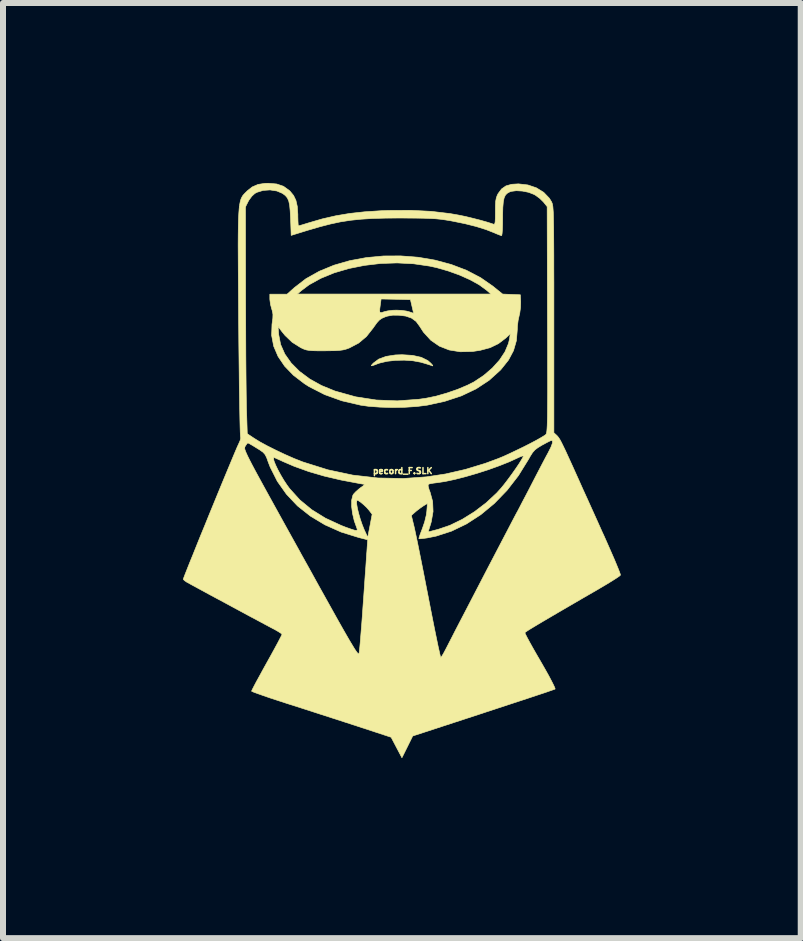
<source format=kicad_pcb>
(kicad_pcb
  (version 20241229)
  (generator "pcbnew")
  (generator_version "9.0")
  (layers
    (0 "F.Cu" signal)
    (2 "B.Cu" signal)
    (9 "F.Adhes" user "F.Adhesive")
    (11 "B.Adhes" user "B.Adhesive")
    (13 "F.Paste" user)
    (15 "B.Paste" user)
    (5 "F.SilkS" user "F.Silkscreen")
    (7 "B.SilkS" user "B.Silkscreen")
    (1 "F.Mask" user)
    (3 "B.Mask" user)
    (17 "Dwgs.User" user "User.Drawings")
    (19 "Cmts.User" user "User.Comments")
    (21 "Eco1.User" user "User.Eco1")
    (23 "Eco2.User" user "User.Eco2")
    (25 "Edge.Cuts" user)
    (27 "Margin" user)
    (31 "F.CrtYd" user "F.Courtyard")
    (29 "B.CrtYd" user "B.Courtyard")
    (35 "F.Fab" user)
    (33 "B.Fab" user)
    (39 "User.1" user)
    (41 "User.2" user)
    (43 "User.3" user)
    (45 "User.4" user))
  (footprint "pecord_F.SLK"
    (layer "F.Cu")
    (at 3.663 4.8)
    (property "Reference" "pecord_F.SLK" (at 0 0 0) (layer "F.SilkS") (effects (font (size 0.1 0.1) (thickness 0.025))))
    (attr board_only exclude_from_pos_files exclude_from_bom)
    (fp_poly (pts (xy 0.165 -1.926) (xy 0.308 -1.894) (xy 0.418 -1.84) (xy 0.469 -1.795) (xy 0.499 -1.761) (xy 0.501 -1.75) (xy 0.478 -1.758) (xy 0.438 -1.771) (xy 0.373 -1.791) (xy 0.297 -1.813) (xy 0.295 -1.813) (xy 0.171 -1.836) (xy 0.028 -1.846) (xy -0.121 -1.843) (xy -0.262 -1.827) (xy -0.381 -1.799) (xy -0.406 -1.791) (xy -0.477 -1.764) (xy -0.515 -1.752) (xy -0.524 -1.755) (xy -0.51 -1.775) (xy -0.488 -1.798) (xy -0.399 -1.864) (xy -0.277 -1.909) (xy -0.123 -1.933) (xy -0.01 -1.937) (xy 0.165 -1.926)) (stroke (width 0.01) (type solid)) (fill yes) (layer "F.SilkS"))
    (fp_poly (pts (xy 0.256 -3.562) (xy 0.538 -3.514) (xy 0.809 -3.441) (xy 1.064 -3.344) (xy 1.299 -3.221) (xy 1.502 -3.08) (xy 1.665 -2.948) (xy 1.813 -2.942) (xy 1.961 -2.936) (xy 1.967 -2.818) (xy 1.964 -2.725) (xy 1.951 -2.629) (xy 1.942 -2.591) (xy 1.924 -2.508) (xy 1.912 -2.411) (xy 1.91 -2.353) (xy 1.895 -2.171) (xy 1.847 -2.005) (xy 1.764 -1.849) (xy 1.643 -1.697) (xy 1.627 -1.679) (xy 1.44 -1.51) (xy 1.224 -1.368) (xy 0.978 -1.251) (xy 0.701 -1.16) (xy 0.409 -1.096) (xy 0.236 -1.074) (xy 0.039 -1.061) (xy -0.17 -1.057) (xy -0.377 -1.063) (xy -0.568 -1.077) (xy -0.702 -1.096) (xy -1.015 -1.169) (xy -1.301 -1.272) (xy -1.561 -1.405) (xy -1.638 -1.454) (xy -1.821 -1.594) (xy -1.968 -1.746) (xy -2.078 -1.909) (xy -2.151 -2.08) (xy -2.185 -2.259) (xy -2.18 -2.408) (xy -2.078 -2.408) (xy -2.067 -2.272) (xy -2.035 -2.107) (xy -1.965 -1.948) (xy -1.859 -1.798) (xy -1.72 -1.659) (xy -1.551 -1.533) (xy -1.355 -1.424) (xy -1.133 -1.333) (xy -1.121 -1.329) (xy -0.783 -1.235) (xy -0.44 -1.182) (xy -0.09 -1.168) (xy 0.267 -1.194) (xy 0.386 -1.211) (xy 0.556 -1.246) (xy 0.737 -1.298) (xy 0.917 -1.36) (xy 1.08 -1.429) (xy 1.189 -1.484) (xy 1.351 -1.592) (xy 1.494 -1.715) (xy 1.614 -1.848) (xy 1.705 -1.986) (xy 1.763 -2.124) (xy 1.78 -2.196) (xy 1.793 -2.286) (xy 1.715 -2.212) (xy 1.595 -2.121) (xy 1.456 -2.054) (xy 1.291 -2.01) (xy 1.165 -1.991) (xy 0.959 -1.986) (xy 0.774 -2.016) (xy 0.611 -2.08) (xy 0.468 -2.179) (xy 0.346 -2.313) (xy 0.284 -2.409) (xy 0.224 -2.491) (xy 0.148 -2.547) (xy 0.05 -2.581) (xy -0.061 -2.595) (xy -0.166 -2.596) (xy -0.255 -2.58) (xy -0.294 -2.567) (xy -0.349 -2.543) (xy -0.391 -2.513) (xy -0.432 -2.468) (xy -0.482 -2.398) (xy -0.493 -2.382) (xy -0.605 -2.24) (xy -0.735 -2.131) (xy -0.889 -2.05) (xy -0.894 -2.048) (xy -0.944 -2.03) (xy -0.995 -2.017) (xy -1.054 -2.009) (xy -1.131 -2.004) (xy -1.236 -2.003) (xy -1.3 -2.002) (xy -1.417 -2.002) (xy -1.501 -2.004) (xy -1.562 -2.009) (xy -1.608 -2.017) (xy -1.649 -2.031) (xy -1.692 -2.051) (xy -1.707 -2.059) (xy -1.843 -2.145) (xy -1.961 -2.258) (xy -2.017 -2.327) (xy -2.078 -2.408) (xy -2.18 -2.408) (xy -2.179 -2.443) (xy -2.177 -2.457) (xy -2.165 -2.545) (xy -2.163 -2.607) (xy -2.17 -2.653) (xy -0.384 -2.653) (xy -0.373 -2.637) (xy -0.346 -2.641) (xy -0.31 -2.653) (xy -0.248 -2.668) (xy -0.165 -2.678) (xy -0.102 -2.68) (xy -0.018 -2.676) (xy 0.061 -2.665) (xy 0.107 -2.653) (xy 0.154 -2.637) (xy 0.18 -2.629) (xy 0.182 -2.629) (xy 0.177 -2.648) (xy 0.166 -2.696) (xy 0.155 -2.743) (xy 0.129 -2.855) (xy -0.116 -2.861) (xy -0.36 -2.866) (xy -0.373 -2.771) (xy -0.383 -2.696) (xy -0.384 -2.653) (xy -2.17 -2.653) (xy -2.171 -2.659) (xy -2.184 -2.701) (xy -2.204 -2.776) (xy -2.214 -2.852) (xy -2.215 -2.868) (xy -2.215 -2.946) (xy -2.071 -2.946) (xy -1.927 -2.946) (xy -1.925 -2.948) (xy -1.758 -2.948) (xy 1.473 -2.948) (xy 1.392 -3.017) (xy 1.274 -3.103) (xy 1.124 -3.186) (xy 0.95 -3.264) (xy 0.762 -3.332) (xy 0.568 -3.388) (xy 0.449 -3.414) (xy 0.182 -3.453) (xy -0.092 -3.467) (xy -0.367 -3.458) (xy -0.637 -3.426) (xy -0.897 -3.374) (xy -1.142 -3.302) (xy -1.364 -3.211) (xy -1.56 -3.103) (xy -1.692 -3.004) (xy -1.758 -2.948) (xy -1.925 -2.948) (xy -1.808 -3.053) (xy -1.614 -3.203) (xy -1.391 -3.328) (xy -1.146 -3.429) (xy -0.882 -3.505) (xy -0.606 -3.556) (xy -0.32 -3.583) (xy -0.032 -3.584) (xy 0.256 -3.562)) (stroke (width 0.01) (type solid)) (fill yes) (layer "F.SilkS"))
    (fp_poly (pts (xy -2.1 -4.783) (xy -1.988 -4.745) (xy -1.892 -4.676) (xy -1.878 -4.663) (xy -1.819 -4.591) (xy -1.78 -4.509) (xy -1.757 -4.407) (xy -1.748 -4.277) (xy -1.748 -4.238) (xy -1.746 -4.165) (xy -1.743 -4.11) (xy -1.739 -4.085) (xy -1.738 -4.084) (xy -1.716 -4.09) (xy -1.665 -4.105) (xy -1.594 -4.127) (xy -1.571 -4.134) (xy -1.341 -4.201) (xy -1.115 -4.253) (xy -0.884 -4.292) (xy -0.638 -4.319) (xy -0.365 -4.337) (xy -0.234 -4.342) (xy 0.135 -4.344) (xy 0.474 -4.327) (xy 0.787 -4.29) (xy 0.93 -4.265) (xy 1.043 -4.242) (xy 1.166 -4.212) (xy 1.288 -4.181) (xy 1.398 -4.15) (xy 1.484 -4.123) (xy 1.509 -4.114) (xy 1.524 -4.111) (xy 1.535 -4.122) (xy 1.541 -4.152) (xy 1.544 -4.208) (xy 1.545 -4.297) (xy 1.545 -4.321) (xy 1.546 -4.424) (xy 1.55 -4.497) (xy 1.56 -4.549) (xy 1.575 -4.592) (xy 1.59 -4.622) (xy 1.648 -4.7) (xy 1.721 -4.751) (xy 1.816 -4.778) (xy 1.93 -4.785) (xy 2.086 -4.767) (xy 2.228 -4.719) (xy 2.35 -4.644) (xy 2.444 -4.546) (xy 2.481 -4.486) (xy 2.487 -4.472) (xy 2.493 -4.456) (xy 2.498 -4.434) (xy 2.503 -4.405) (xy 2.506 -4.366) (xy 2.51 -4.314) (xy 2.512 -4.247) (xy 2.514 -4.162) (xy 2.516 -4.056) (xy 2.517 -3.928) (xy 2.518 -3.775) (xy 2.519 -3.594) (xy 2.519 -3.382) (xy 2.52 -3.138) (xy 2.52 -2.858) (xy 2.52 -2.54) (xy 2.52 -2.524) (xy 2.52 -0.636) (xy 2.562 -0.598) (xy 2.581 -0.579) (xy 2.599 -0.556) (xy 2.62 -0.524) (xy 2.645 -0.478) (xy 2.676 -0.415) (xy 2.717 -0.33) (xy 2.768 -0.218) (xy 2.833 -0.076) (xy 2.876 0.02) (xy 2.933 0.146) (xy 3.002 0.301) (xy 3.081 0.474) (xy 3.164 0.658) (xy 3.248 0.844) (xy 3.328 1.023) (xy 3.352 1.074) (xy 3.419 1.225) (xy 3.48 1.364) (xy 3.534 1.488) (xy 3.577 1.592) (xy 3.609 1.671) (xy 3.627 1.721) (xy 3.63 1.737) (xy 3.61 1.755) (xy 3.56 1.789) (xy 3.486 1.836) (xy 3.393 1.893) (xy 3.286 1.956) (xy 3.258 1.973) (xy 3.012 2.115) (xy 2.799 2.239) (xy 2.617 2.345) (xy 2.465 2.434) (xy 2.339 2.508) (xy 2.238 2.568) (xy 2.16 2.615) (xy 2.103 2.65) (xy 2.065 2.675) (xy 2.044 2.69) (xy 2.037 2.697) (xy 2.045 2.719) (xy 2.071 2.771) (xy 2.113 2.849) (xy 2.167 2.946) (xy 2.232 3.06) (xy 2.296 3.17) (xy 2.37 3.299) (xy 2.434 3.413) (xy 2.484 3.508) (xy 2.52 3.58) (xy 2.539 3.624) (xy 2.54 3.637) (xy 2.518 3.645) (xy 2.46 3.665) (xy 2.371 3.696) (xy 2.253 3.735) (xy 2.109 3.783) (xy 1.945 3.837) (xy 1.762 3.897) (xy 1.564 3.962) (xy 1.354 4.031) (xy 1.343 4.035) (xy 0.167 4.419) (xy 0.077 4.601) (xy -0.013 4.782) (xy -0.103 4.611) (xy -0.193 4.44) (xy -0.762 4.253) (xy -0.944 4.194) (xy -1.151 4.127) (xy -1.371 4.056) (xy -1.59 3.985) (xy -1.795 3.919) (xy -1.925 3.878) (xy -2.072 3.83) (xy -2.207 3.786) (xy -2.323 3.746) (xy -2.416 3.713) (xy -2.482 3.689) (xy -2.516 3.674) (xy -2.519 3.671) (xy -2.51 3.649) (xy -2.483 3.596) (xy -2.442 3.518) (xy -2.388 3.42) (xy -2.326 3.306) (xy -2.266 3.198) (xy -2.197 3.074) (xy -2.135 2.961) (xy -2.083 2.865) (xy -2.044 2.79) (xy -2.019 2.742) (xy -2.012 2.725) (xy -2.028 2.708) (xy -2.073 2.679) (xy -2.137 2.642) (xy -2.159 2.631) (xy -2.216 2.601) (xy -2.3 2.556) (xy -2.406 2.499) (xy -2.53 2.433) (xy -2.665 2.36) (xy -2.808 2.283) (xy -2.952 2.205) (xy -3.094 2.129) (xy -3.228 2.057) (xy -3.349 1.991) (xy -3.452 1.935) (xy -3.533 1.891) (xy -3.585 1.862) (xy -3.602 1.853) (xy -3.64 1.826) (xy -3.658 1.806) (xy -3.658 1.805) (xy -3.65 1.782) (xy -3.629 1.726) (xy -3.595 1.64) (xy -3.551 1.529) (xy -3.497 1.397) (xy -3.437 1.247) (xy -3.371 1.083) (xy -3.3 0.911) (xy -3.228 0.733) (xy -3.154 0.553) (xy -3.082 0.377) (xy -3.012 0.207) (xy -2.946 0.048) (xy -2.886 -0.096) (xy -2.834 -0.221) (xy -2.791 -0.323) (xy -2.768 -0.377) (xy -2.634 -0.377) (xy -2.631 -0.358) (xy -2.622 -0.332) (xy -2.607 -0.296) (xy -2.585 -0.248) (xy -2.554 -0.186) (xy -2.514 -0.108) (xy -2.463 -0.012) (xy -2.4 0.104) (xy -2.324 0.243) (xy -2.234 0.407) (xy -2.129 0.597) (xy -2.008 0.816) (xy -1.869 1.067) (xy -1.712 1.35) (xy -1.7 1.373) (xy -1.54 1.66) (xy -1.4 1.914) (xy -1.276 2.136) (xy -1.169 2.328) (xy -1.077 2.493) (xy -0.999 2.631) (xy -0.933 2.746) (xy -0.879 2.839) (xy -0.835 2.912) (xy -0.801 2.968) (xy -0.775 3.007) (xy -0.756 3.032) (xy -0.743 3.046) (xy -0.734 3.049) (xy -0.729 3.044) (xy -0.727 3.039) (xy -0.723 3.005) (xy -0.715 2.935) (xy -0.706 2.835) (xy -0.696 2.709) (xy -0.684 2.563) (xy -0.672 2.403) (xy -0.662 2.256) (xy -0.649 2.079) (xy -0.637 1.906) (xy -0.626 1.744) (xy -0.615 1.599) (xy -0.607 1.477) (xy -0.601 1.386) (xy -0.597 1.341) (xy -0.584 1.148) (xy -0.734 1.11) (xy -1.027 1.019) (xy -1.296 0.899) (xy -1.539 0.753) (xy -1.754 0.583) (xy -1.938 0.388) (xy -2.09 0.173) (xy -2.209 -0.063) (xy -2.244 -0.154) (xy -2.263 -0.208) (xy -2.155 -0.208) (xy -2.145 -0.164) (xy -2.119 -0.099) (xy -2.081 -0.02) (xy -2.034 0.067) (xy -1.982 0.155) (xy -1.927 0.238) (xy -1.885 0.295) (xy -1.715 0.483) (xy -1.517 0.646) (xy -1.288 0.788) (xy -1.026 0.909) (xy -0.955 0.937) (xy -0.862 0.97) (xy -0.801 0.989) (xy -0.768 0.992) (xy -0.757 0.982) (xy -0.762 0.96) (xy -0.807 0.834) (xy -0.837 0.707) (xy -0.852 0.589) (xy -0.851 0.505) (xy -0.769 0.505) (xy -0.767 0.554) (xy -0.755 0.625) (xy -0.734 0.711) (xy -0.707 0.804) (xy -0.675 0.897) (xy -0.641 0.982) (xy -0.639 0.986) (xy -0.583 1.107) (xy -0.546 0.916) (xy -0.513 0.742) (xy 0.144 0.742) (xy 0.191 0.935) (xy 0.204 0.994) (xy 0.224 1.088) (xy 0.25 1.212) (xy 0.28 1.362) (xy 0.314 1.532) (xy 0.351 1.718) (xy 0.389 1.914) (xy 0.429 2.117) (xy 0.429 2.118) (xy 0.467 2.313) (xy 0.503 2.495) (xy 0.536 2.66) (xy 0.566 2.806) (xy 0.591 2.927) (xy 0.612 3.02) (xy 0.626 3.082) (xy 0.634 3.108) (xy 0.635 3.109) (xy 0.65 3.092) (xy 0.678 3.046) (xy 0.714 2.979) (xy 0.744 2.921) (xy 0.772 2.866) (xy 0.817 2.779) (xy 0.875 2.665) (xy 0.946 2.528) (xy 1.027 2.373) (xy 1.115 2.203) (xy 1.208 2.024) (xy 1.304 1.839) (xy 1.4 1.654) (xy 1.495 1.472) (xy 1.586 1.298) (xy 1.671 1.135) (xy 1.747 0.99) (xy 1.812 0.865) (xy 1.864 0.766) (xy 1.901 0.696) (xy 1.91 0.681) (xy 1.944 0.616) (xy 1.992 0.523) (xy 2.05 0.413) (xy 2.112 0.294) (xy 2.164 0.193) (xy 2.226 0.073) (xy 2.288 -0.046) (xy 2.345 -0.155) (xy 2.392 -0.244) (xy 2.421 -0.297) (xy 2.471 -0.396) (xy 2.496 -0.464) (xy 2.496 -0.5) (xy 2.481 -0.508) (xy 2.455 -0.499) (xy 2.405 -0.474) (xy 2.339 -0.438) (xy 2.323 -0.43) (xy 2.254 -0.388) (xy 2.205 -0.351) (xy 2.165 -0.306) (xy 2.125 -0.243) (xy 2.096 -0.191) (xy 1.928 0.08) (xy 1.738 0.325) (xy 1.528 0.542) (xy 1.302 0.729) (xy 1.063 0.884) (xy 0.814 1.004) (xy 0.557 1.087) (xy 0.408 1.117) (xy 0.34 1.126) (xy 0.29 1.131) (xy 0.27 1.13) (xy 0.274 1.11) (xy 0.29 1.06) (xy 0.316 0.992) (xy 0.327 0.963) (xy 0.366 0.85) (xy 0.393 0.737) (xy 0.402 0.673) (xy 0.412 0.543) (xy 0.351 0.579) (xy 0.297 0.616) (xy 0.235 0.663) (xy 0.217 0.678) (xy 0.144 0.742) (xy -0.513 0.742) (xy -0.509 0.724) (xy -0.56 0.657) (xy -0.601 0.61) (xy -0.653 0.561) (xy -0.704 0.519) (xy -0.745 0.492) (xy -0.759 0.488) (xy -0.769 0.505) (xy -0.851 0.505) (xy -0.851 0.487) (xy -0.832 0.41) (xy -0.821 0.389) (xy -0.784 0.349) (xy -0.731 0.302) (xy -0.708 0.284) (xy -0.659 0.249) (xy 0.423 0.249) (xy 0.439 0.309) (xy 0.457 0.356) (xy 0.499 0.51) (xy 0.506 0.677) (xy 0.476 0.848) (xy 0.468 0.877) (xy 0.447 0.943) (xy 0.432 0.992) (xy 0.427 1.012) (xy 0.443 1.013) (xy 0.462 1.008) (xy 0.503 0.997) (xy 0.564 0.981) (xy 0.589 0.975) (xy 0.788 0.907) (xy 0.993 0.807) (xy 1.197 0.68) (xy 1.391 0.532) (xy 1.567 0.368) (xy 1.641 0.286) (xy 1.695 0.22) (xy 1.756 0.14) (xy 1.82 0.053) (xy 1.882 -0.035) (xy 1.937 -0.116) (xy 1.979 -0.184) (xy 2.006 -0.231) (xy 2.012 -0.249) (xy 1.996 -0.249) (xy 1.954 -0.234) (xy 1.915 -0.216) (xy 1.776 -0.152) (xy 1.61 -0.086) (xy 1.427 -0.02) (xy 1.237 0.041) (xy 1.047 0.096) (xy 0.868 0.142) (xy 0.708 0.176) (xy 0.584 0.195) (xy 0.512 0.204) (xy 0.456 0.214) (xy 0.429 0.222) (xy 0.423 0.249) (xy -0.659 0.249) (xy -0.627 0.226) (xy -0.705 0.213) (xy -1.023 0.153) (xy -1.309 0.086) (xy -1.569 0.01) (xy -1.81 -0.077) (xy -1.989 -0.154) (xy -2.059 -0.186) (xy -2.114 -0.211) (xy -2.144 -0.223) (xy -2.147 -0.224) (xy -2.155 -0.208) (xy -2.263 -0.208) (xy -2.27 -0.226) (xy -2.295 -0.274) (xy -2.328 -0.311) (xy -2.38 -0.348) (xy -2.432 -0.38) (xy -2.498 -0.421) (xy -2.55 -0.451) (xy -2.579 -0.466) (xy -2.581 -0.467) (xy -2.598 -0.452) (xy -2.623 -0.414) (xy -2.625 -0.411) (xy -2.63 -0.402) (xy -2.634 -0.391) (xy -2.634 -0.377) (xy -2.768 -0.377) (xy -2.759 -0.398) (xy -2.739 -0.442) (xy -2.735 -0.45) (xy -2.71 -0.507) (xy -2.7 -0.548) (xy -2.703 -0.561) (xy -2.705 -0.584) (xy -2.708 -0.644) (xy -2.711 -0.739) (xy -2.714 -0.866) (xy -2.717 -1.023) (xy -2.72 -1.205) (xy -2.724 -1.412) (xy -2.726 -1.638) (xy -2.729 -1.883) (xy -2.732 -2.142) (xy -2.734 -2.414) (xy -2.735 -2.459) (xy -2.737 -2.792) (xy -2.739 -3.087) (xy -2.741 -3.347) (xy -2.742 -3.573) (xy -2.743 -3.769) (xy -2.742 -3.937) (xy -2.74 -4.079) (xy -2.737 -4.198) (xy -2.732 -4.296) (xy -2.726 -4.376) (xy -2.723 -4.401) (xy -2.621 -4.401) (xy -2.619 -2.886) (xy -2.618 -2.63) (xy -2.617 -2.377) (xy -2.616 -2.132) (xy -2.615 -1.898) (xy -2.613 -1.68) (xy -2.611 -1.482) (xy -2.609 -1.31) (xy -2.607 -1.165) (xy -2.605 -1.055) (xy -2.603 -0.996) (xy -2.591 -0.62) (xy -2.479 -0.545) (xy -2.382 -0.485) (xy -2.257 -0.417) (xy -2.113 -0.345) (xy -1.961 -0.273) (xy -1.811 -0.207) (xy -1.672 -0.152) (xy -1.654 -0.146) (xy -1.246 -0.018) (xy -0.832 0.07) (xy -0.412 0.118) (xy 0.015 0.126) (xy 0.396 0.099) (xy 0.714 0.051) (xy 1.045 -0.025) (xy 1.376 -0.126) (xy 1.59 -0.205) (xy 1.68 -0.242) (xy 1.785 -0.29) (xy 1.9 -0.345) (xy 2.018 -0.402) (xy 2.13 -0.459) (xy 2.23 -0.512) (xy 2.311 -0.558) (xy 2.366 -0.592) (xy 2.382 -0.604) (xy 2.389 -0.611) (xy 2.394 -0.622) (xy 2.399 -0.64) (xy 2.403 -0.667) (xy 2.406 -0.705) (xy 2.409 -0.757) (xy 2.411 -0.825) (xy 2.413 -0.912) (xy 2.414 -1.021) (xy 2.415 -1.153) (xy 2.416 -1.312) (xy 2.416 -1.499) (xy 2.415 -1.718) (xy 2.415 -1.97) (xy 2.414 -2.259) (xy 2.413 -2.521) (xy 2.408 -4.406) (xy 2.345 -4.484) (xy 2.286 -4.542) (xy 2.214 -4.595) (xy 2.189 -4.609) (xy 2.099 -4.644) (xy 1.995 -4.665) (xy 1.894 -4.671) (xy 1.809 -4.66) (xy 1.788 -4.653) (xy 1.745 -4.63) (xy 1.713 -4.599) (xy 1.691 -4.552) (xy 1.677 -4.486) (xy 1.669 -4.392) (xy 1.666 -4.266) (xy 1.666 -4.217) (xy 1.665 -4.113) (xy 1.662 -4.025) (xy 1.657 -3.96) (xy 1.651 -3.925) (xy 1.648 -3.922) (xy 1.621 -3.93) (xy 1.57 -3.95) (xy 1.521 -3.971) (xy 1.389 -4.023) (xy 1.226 -4.074) (xy 1.039 -4.121) (xy 0.838 -4.162) (xy 0.792 -4.171) (xy 0.71 -4.184) (xy 0.631 -4.195) (xy 0.55 -4.203) (xy 0.459 -4.208) (xy 0.351 -4.212) (xy 0.221 -4.214) (xy 0.06 -4.215) (xy -0.041 -4.216) (xy -0.288 -4.214) (xy -0.502 -4.208) (xy -0.693 -4.196) (xy -0.868 -4.178) (xy -1.036 -4.152) (xy -1.204 -4.116) (xy -1.382 -4.07) (xy -1.577 -4.013) (xy -1.636 -3.995) (xy -1.859 -3.926) (xy -1.869 -4.204) (xy -1.876 -4.334) (xy -1.885 -4.43) (xy -1.9 -4.5) (xy -1.923 -4.551) (xy -1.956 -4.59) (xy -2.001 -4.624) (xy -2.001 -4.625) (xy -2.097 -4.666) (xy -2.211 -4.684) (xy -2.326 -4.676) (xy -2.43 -4.644) (xy -2.465 -4.625) (xy -2.514 -4.58) (xy -2.561 -4.517) (xy -2.576 -4.491) (xy -2.621 -4.401) (xy -2.723 -4.401) (xy -2.718 -4.44) (xy -2.708 -4.491) (xy -2.696 -4.532) (xy -2.681 -4.564) (xy -2.665 -4.591) (xy -2.645 -4.614) (xy -2.623 -4.637) (xy -2.598 -4.661) (xy -2.594 -4.666) (xy -2.508 -4.734) (xy -2.411 -4.776) (xy -2.293 -4.794) (xy -2.238 -4.795) (xy -2.1 -4.783)) (stroke (width 0.01) (type solid)) (fill yes) (layer "F.SilkS")))
  (gr_rect
    (start -3 -3)
    (end 10.298 12.588)
    (stroke (width 0.1) (type default))
    (fill no)
    (layer "Edge.Cuts")))
</source>
